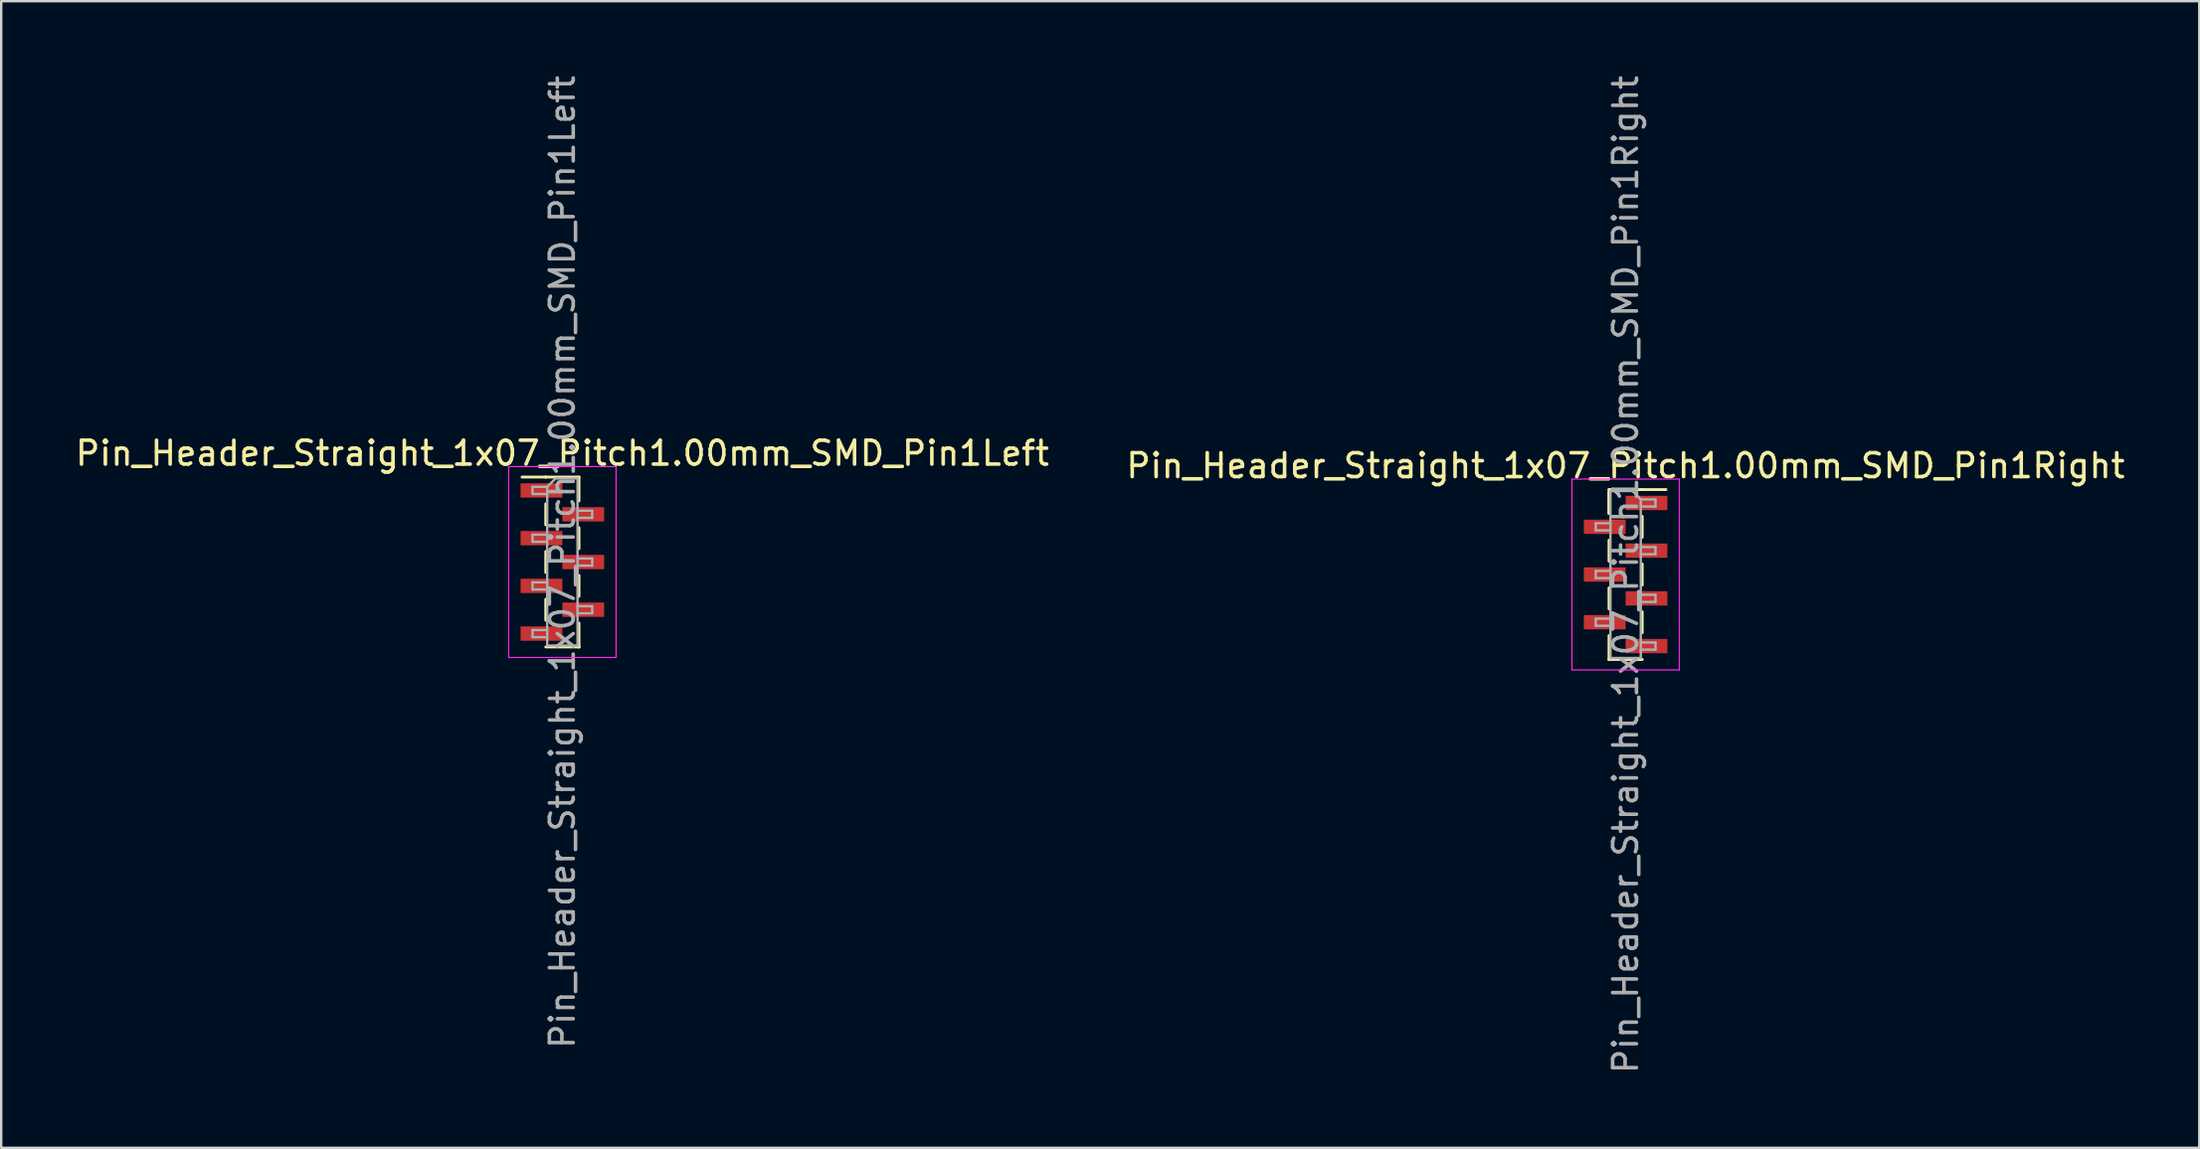
<source format=kicad_pcb>
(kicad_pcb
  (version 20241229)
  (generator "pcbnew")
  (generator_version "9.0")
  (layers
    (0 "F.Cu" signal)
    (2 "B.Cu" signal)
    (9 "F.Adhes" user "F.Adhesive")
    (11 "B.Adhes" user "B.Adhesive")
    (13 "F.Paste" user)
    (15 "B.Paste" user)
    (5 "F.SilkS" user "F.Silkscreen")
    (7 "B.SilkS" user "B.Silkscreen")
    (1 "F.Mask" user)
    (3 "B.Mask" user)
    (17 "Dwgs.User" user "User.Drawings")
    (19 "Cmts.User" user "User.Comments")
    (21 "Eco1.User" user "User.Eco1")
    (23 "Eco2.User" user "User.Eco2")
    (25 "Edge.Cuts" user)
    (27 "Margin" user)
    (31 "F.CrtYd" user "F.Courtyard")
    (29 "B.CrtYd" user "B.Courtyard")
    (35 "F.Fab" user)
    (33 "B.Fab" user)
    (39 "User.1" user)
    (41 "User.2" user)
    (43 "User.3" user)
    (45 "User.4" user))
  (footprint "Pin_Header_Straight_1x07_Pitch1.00mm_SMD_Pin1Right"
    (layer "F.Cu")
    (at 65.042 21.03)
    (property "Reference" "Pin_Header_Straight_1x07_Pitch1.00mm_SMD_Pin1Right" (at 0 -4.56 0) (layer "F.SilkS") (effects (font (size 1 1) (thickness 0.15))))
    (attr smd)
    (fp_line (start -0.695 -3.56) (end -0.695 -2.56) (stroke (width 0.12) (type solid)) (layer "F.SilkS"))
    (fp_line (start -0.695 -3.56) (end 0.695 -3.56) (stroke (width 0.12) (type solid)) (layer "F.SilkS"))
    (fp_line (start -0.695 -3.44) (end -0.695 -2.56) (stroke (width 0.12) (type solid)) (layer "F.SilkS"))
    (fp_line (start -0.695 -1.44) (end -0.695 -0.56) (stroke (width 0.12) (type solid)) (layer "F.SilkS"))
    (fp_line (start -0.695 0.56) (end -0.695 1.44) (stroke (width 0.12) (type solid)) (layer "F.SilkS"))
    (fp_line (start -0.695 2.56) (end -0.695 3.56) (stroke (width 0.12) (type solid)) (layer "F.SilkS"))
    (fp_line (start -0.695 3.56) (end -0.695 3.56) (stroke (width 0.12) (type solid)) (layer "F.SilkS"))
    (fp_line (start -0.695 3.56) (end 0.695 3.56) (stroke (width 0.12) (type solid)) (layer "F.SilkS"))
    (fp_line (start 0.695 -3.56) (end 0.695 -3.56) (stroke (width 0.12) (type solid)) (layer "F.SilkS"))
    (fp_line (start 0.695 -3.56) (end 1.69 -3.56) (stroke (width 0.12) (type solid)) (layer "F.SilkS"))
    (fp_line (start 0.695 -2.44) (end 0.695 -1.56) (stroke (width 0.12) (type solid)) (layer "F.SilkS"))
    (fp_line (start 0.695 -0.44) (end 0.695 0.44) (stroke (width 0.12) (type solid)) (layer "F.SilkS"))
    (fp_line (start 0.695 1.56) (end 0.695 2.44) (stroke (width 0.12) (type solid)) (layer "F.SilkS"))
    (fp_line (start -2.25 -4) (end -2.25 4) (stroke (width 0.05) (type solid)) (layer "F.CrtYd"))
    (fp_line (start -2.25 4) (end 2.25 4) (stroke (width 0.05) (type solid)) (layer "F.CrtYd"))
    (fp_line (start 2.25 -4) (end -2.25 -4) (stroke (width 0.05) (type solid)) (layer "F.CrtYd"))
    (fp_line (start 2.25 4) (end 2.25 -4) (stroke (width 0.05) (type solid)) (layer "F.CrtYd"))
    (fp_line (start -1.25 -2.15) (end -1.25 -1.85) (stroke (width 0.1) (type solid)) (layer "F.Fab"))
    (fp_line (start -1.25 -1.85) (end -0.635 -1.85) (stroke (width 0.1) (type solid)) (layer "F.Fab"))
    (fp_line (start -1.25 -0.15) (end -1.25 0.15) (stroke (width 0.1) (type solid)) (layer "F.Fab"))
    (fp_line (start -1.25 0.15) (end -0.635 0.15) (stroke (width 0.1) (type solid)) (layer "F.Fab"))
    (fp_line (start -1.25 1.85) (end -1.25 2.15) (stroke (width 0.1) (type solid)) (layer "F.Fab"))
    (fp_line (start -1.25 2.15) (end -0.635 2.15) (stroke (width 0.1) (type solid)) (layer "F.Fab"))
    (fp_line (start -0.635 -3.5) (end -0.635 3.5) (stroke (width 0.1) (type solid)) (layer "F.Fab"))
    (fp_line (start -0.635 -3.5) (end 0.285 -3.5) (stroke (width 0.1) (type solid)) (layer "F.Fab"))
    (fp_line (start -0.635 -2.15) (end -1.25 -2.15) (stroke (width 0.1) (type solid)) (layer "F.Fab"))
    (fp_line (start -0.635 -0.15) (end -1.25 -0.15) (stroke (width 0.1) (type solid)) (layer "F.Fab"))
    (fp_line (start -0.635 1.85) (end -1.25 1.85) (stroke (width 0.1) (type solid)) (layer "F.Fab"))
    (fp_line (start 0.635 -3.15) (end 0.285 -3.5) (stroke (width 0.1) (type solid)) (layer "F.Fab"))
    (fp_line (start 0.635 -3.15) (end 1.25 -3.15) (stroke (width 0.1) (type solid)) (layer "F.Fab"))
    (fp_line (start 0.635 -1.15) (end 1.25 -1.15) (stroke (width 0.1) (type solid)) (layer "F.Fab"))
    (fp_line (start 0.635 0.85) (end 1.25 0.85) (stroke (width 0.1) (type solid)) (layer "F.Fab"))
    (fp_line (start 0.635 2.85) (end 1.25 2.85) (stroke (width 0.1) (type solid)) (layer "F.Fab"))
    (fp_line (start 0.635 3.5) (end -0.635 3.5) (stroke (width 0.1) (type solid)) (layer "F.Fab"))
    (fp_line (start 0.635 3.5) (end 0.635 -3.15) (stroke (width 0.1) (type solid)) (layer "F.Fab"))
    (fp_line (start 1.25 -3.15) (end 1.25 -2.85) (stroke (width 0.1) (type solid)) (layer "F.Fab"))
    (fp_line (start 1.25 -2.85) (end 0.635 -2.85) (stroke (width 0.1) (type solid)) (layer "F.Fab"))
    (fp_line (start 1.25 -1.15) (end 1.25 -0.85) (stroke (width 0.1) (type solid)) (layer "F.Fab"))
    (fp_line (start 1.25 -0.85) (end 0.635 -0.85) (stroke (width 0.1) (type solid)) (layer "F.Fab"))
    (fp_line (start 1.25 0.85) (end 1.25 1.15) (stroke (width 0.1) (type solid)) (layer "F.Fab"))
    (fp_line (start 1.25 1.15) (end 0.635 1.15) (stroke (width 0.1) (type solid)) (layer "F.Fab"))
    (fp_line (start 1.25 2.85) (end 1.25 3.15) (stroke (width 0.1) (type solid)) (layer "F.Fab"))
    (fp_line (start 1.25 3.15) (end 0.635 3.15) (stroke (width 0.1) (type solid)) (layer "F.Fab"))
    (fp_text user "${REFERENCE}" (at 0 0 90) (layer "F.Fab") (effects (font (size 1 1) (thickness 0.15))))
    (pad "1" smd rect (at 0.875 -3) (size 1.75 0.6) (layers "F.Cu" "F.Mask" "F.Paste"))
    (pad "2" smd rect (at -0.875 -2) (size 1.75 0.6) (layers "F.Cu" "F.Mask" "F.Paste"))
    (pad "3" smd rect (at 0.875 -1) (size 1.75 0.6) (layers "F.Cu" "F.Mask" "F.Paste"))
    (pad "4" smd rect (at -0.875 0) (size 1.75 0.6) (layers "F.Cu" "F.Mask" "F.Paste"))
    (pad "5" smd rect (at 0.875 1) (size 1.75 0.6) (layers "F.Cu" "F.Mask" "F.Paste"))
    (pad "6" smd rect (at -0.875 2) (size 1.75 0.6) (layers "F.Cu" "F.Mask" "F.Paste"))
    (pad "7" smd rect (at 0.875 3) (size 1.75 0.6) (layers "F.Cu" "F.Mask" "F.Paste")))
  (footprint "Pin_Header_Straight_1x07_Pitch1.00mm_SMD_Pin1Left"
    (layer "F.Cu")
    (at 20.506 20.506)
    (property "Reference" "Pin_Header_Straight_1x07_Pitch1.00mm_SMD_Pin1Left" (at 0 -4.56 0) (layer "F.SilkS") (effects (font (size 1 1) (thickness 0.15))))
    (attr smd)
    (fp_line (start -0.695 -3.56) (end -1.69 -3.56) (stroke (width 0.12) (type solid)) (layer "F.SilkS"))
    (fp_line (start -0.695 -3.56) (end -0.695 -3.56) (stroke (width 0.12) (type solid)) (layer "F.SilkS"))
    (fp_line (start -0.695 -3.56) (end 0.695 -3.56) (stroke (width 0.12) (type solid)) (layer "F.SilkS"))
    (fp_line (start -0.695 -2.44) (end -0.695 -1.56) (stroke (width 0.12) (type solid)) (layer "F.SilkS"))
    (fp_line (start -0.695 -0.44) (end -0.695 0.44) (stroke (width 0.12) (type solid)) (layer "F.SilkS"))
    (fp_line (start -0.695 1.56) (end -0.695 2.44) (stroke (width 0.12) (type solid)) (layer "F.SilkS"))
    (fp_line (start -0.695 3.56) (end 0.695 3.56) (stroke (width 0.12) (type solid)) (layer "F.SilkS"))
    (fp_line (start 0.695 -3.56) (end 0.695 -2.56) (stroke (width 0.12) (type solid)) (layer "F.SilkS"))
    (fp_line (start 0.695 -1.44) (end 0.695 -0.56) (stroke (width 0.12) (type solid)) (layer "F.SilkS"))
    (fp_line (start 0.695 0.56) (end 0.695 1.44) (stroke (width 0.12) (type solid)) (layer "F.SilkS"))
    (fp_line (start 0.695 2.56) (end 0.695 3.56) (stroke (width 0.12) (type solid)) (layer "F.SilkS"))
    (fp_line (start 0.695 3.56) (end 0.695 3.56) (stroke (width 0.12) (type solid)) (layer "F.SilkS"))
    (fp_line (start -2.25 -4) (end -2.25 4) (stroke (width 0.05) (type solid)) (layer "F.CrtYd"))
    (fp_line (start -2.25 4) (end 2.25 4) (stroke (width 0.05) (type solid)) (layer "F.CrtYd"))
    (fp_line (start 2.25 -4) (end -2.25 -4) (stroke (width 0.05) (type solid)) (layer "F.CrtYd"))
    (fp_line (start 2.25 4) (end 2.25 -4) (stroke (width 0.05) (type solid)) (layer "F.CrtYd"))
    (fp_line (start -1.25 -3.15) (end -1.25 -2.85) (stroke (width 0.1) (type solid)) (layer "F.Fab"))
    (fp_line (start -1.25 -2.85) (end -0.635 -2.85) (stroke (width 0.1) (type solid)) (layer "F.Fab"))
    (fp_line (start -1.25 -1.15) (end -1.25 -0.85) (stroke (width 0.1) (type solid)) (layer "F.Fab"))
    (fp_line (start -1.25 -0.85) (end -0.635 -0.85) (stroke (width 0.1) (type solid)) (layer "F.Fab"))
    (fp_line (start -1.25 0.85) (end -1.25 1.15) (stroke (width 0.1) (type solid)) (layer "F.Fab"))
    (fp_line (start -1.25 1.15) (end -0.635 1.15) (stroke (width 0.1) (type solid)) (layer "F.Fab"))
    (fp_line (start -1.25 2.85) (end -1.25 3.15) (stroke (width 0.1) (type solid)) (layer "F.Fab"))
    (fp_line (start -1.25 3.15) (end -0.635 3.15) (stroke (width 0.1) (type solid)) (layer "F.Fab"))
    (fp_line (start -0.635 -3.15) (end -1.25 -3.15) (stroke (width 0.1) (type solid)) (layer "F.Fab"))
    (fp_line (start -0.635 -3.15) (end -0.285 -3.5) (stroke (width 0.1) (type solid)) (layer "F.Fab"))
    (fp_line (start -0.635 -1.15) (end -1.25 -1.15) (stroke (width 0.1) (type solid)) (layer "F.Fab"))
    (fp_line (start -0.635 0.85) (end -1.25 0.85) (stroke (width 0.1) (type solid)) (layer "F.Fab"))
    (fp_line (start -0.635 2.85) (end -1.25 2.85) (stroke (width 0.1) (type solid)) (layer "F.Fab"))
    (fp_line (start -0.635 3.5) (end -0.635 -3.15) (stroke (width 0.1) (type solid)) (layer "F.Fab"))
    (fp_line (start -0.285 -3.5) (end 0.635 -3.5) (stroke (width 0.1) (type solid)) (layer "F.Fab"))
    (fp_line (start 0.635 -3.5) (end 0.635 3.5) (stroke (width 0.1) (type solid)) (layer "F.Fab"))
    (fp_line (start 0.635 -2.15) (end 1.25 -2.15) (stroke (width 0.1) (type solid)) (layer "F.Fab"))
    (fp_line (start 0.635 -0.15) (end 1.25 -0.15) (stroke (width 0.1) (type solid)) (layer "F.Fab"))
    (fp_line (start 0.635 1.85) (end 1.25 1.85) (stroke (width 0.1) (type solid)) (layer "F.Fab"))
    (fp_line (start 0.635 3.5) (end -0.635 3.5) (stroke (width 0.1) (type solid)) (layer "F.Fab"))
    (fp_line (start 1.25 -2.15) (end 1.25 -1.85) (stroke (width 0.1) (type solid)) (layer "F.Fab"))
    (fp_line (start 1.25 -1.85) (end 0.635 -1.85) (stroke (width 0.1) (type solid)) (layer "F.Fab"))
    (fp_line (start 1.25 -0.15) (end 1.25 0.15) (stroke (width 0.1) (type solid)) (layer "F.Fab"))
    (fp_line (start 1.25 0.15) (end 0.635 0.15) (stroke (width 0.1) (type solid)) (layer "F.Fab"))
    (fp_line (start 1.25 1.85) (end 1.25 2.15) (stroke (width 0.1) (type solid)) (layer "F.Fab"))
    (fp_line (start 1.25 2.15) (end 0.635 2.15) (stroke (width 0.1) (type solid)) (layer "F.Fab"))
    (fp_text user "${REFERENCE}" (at 0 0 90) (layer "F.Fab") (effects (font (size 1 1) (thickness 0.15))))
    (pad "1" smd rect (at -0.875 -3) (size 1.75 0.6) (layers "F.Cu" "F.Mask" "F.Paste"))
    (pad "2" smd rect (at 0.875 -2) (size 1.75 0.6) (layers "F.Cu" "F.Mask" "F.Paste"))
    (pad "3" smd rect (at -0.875 -1) (size 1.75 0.6) (layers "F.Cu" "F.Mask" "F.Paste"))
    (pad "4" smd rect (at 0.875 0) (size 1.75 0.6) (layers "F.Cu" "F.Mask" "F.Paste"))
    (pad "5" smd rect (at -0.875 1) (size 1.75 0.6) (layers "F.Cu" "F.Mask" "F.Paste"))
    (pad "6" smd rect (at 0.875 2) (size 1.75 0.6) (layers "F.Cu" "F.Mask" "F.Paste"))
    (pad "7" smd rect (at -0.875 3) (size 1.75 0.6) (layers "F.Cu" "F.Mask" "F.Paste")))
  (gr_rect
    (start -3 -3)
    (end 89.071 45.06)
    (stroke (width 0.1) (type default))
    (fill no)
    (layer "Edge.Cuts")))
</source>
